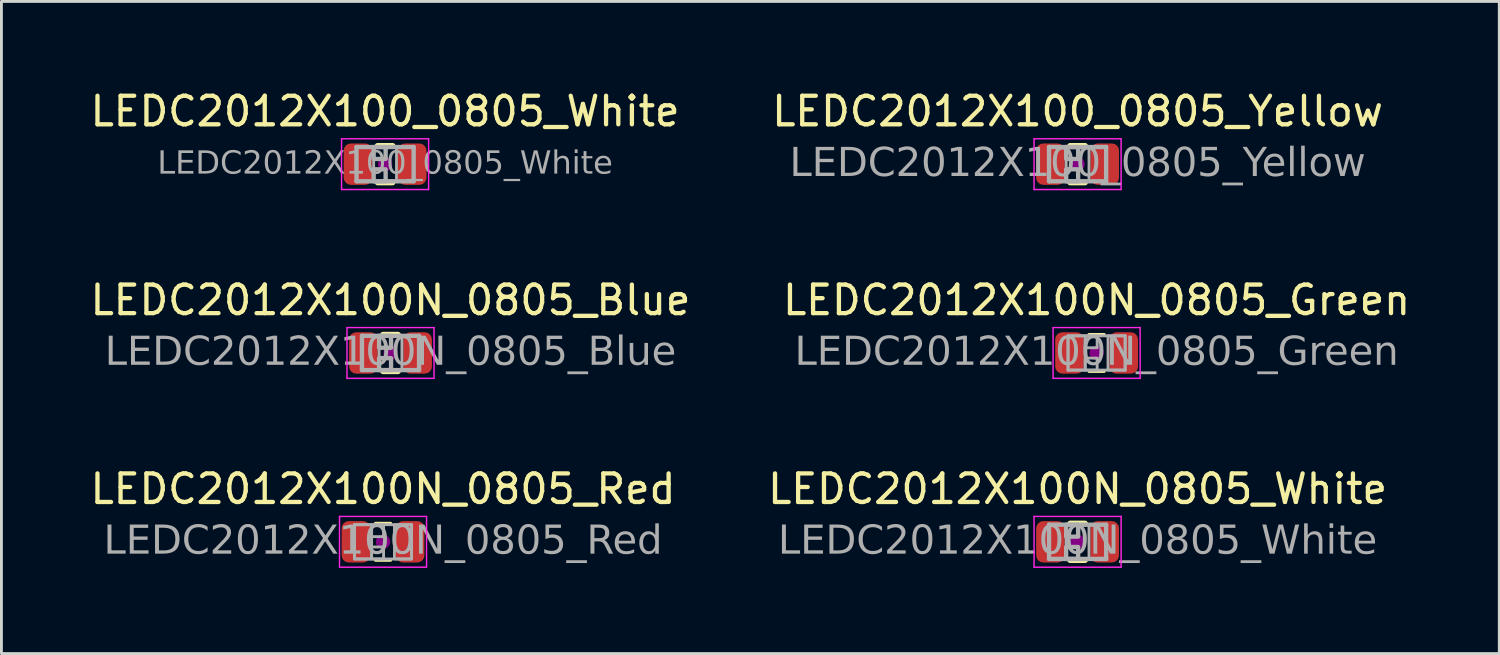
<source format=kicad_pcb>
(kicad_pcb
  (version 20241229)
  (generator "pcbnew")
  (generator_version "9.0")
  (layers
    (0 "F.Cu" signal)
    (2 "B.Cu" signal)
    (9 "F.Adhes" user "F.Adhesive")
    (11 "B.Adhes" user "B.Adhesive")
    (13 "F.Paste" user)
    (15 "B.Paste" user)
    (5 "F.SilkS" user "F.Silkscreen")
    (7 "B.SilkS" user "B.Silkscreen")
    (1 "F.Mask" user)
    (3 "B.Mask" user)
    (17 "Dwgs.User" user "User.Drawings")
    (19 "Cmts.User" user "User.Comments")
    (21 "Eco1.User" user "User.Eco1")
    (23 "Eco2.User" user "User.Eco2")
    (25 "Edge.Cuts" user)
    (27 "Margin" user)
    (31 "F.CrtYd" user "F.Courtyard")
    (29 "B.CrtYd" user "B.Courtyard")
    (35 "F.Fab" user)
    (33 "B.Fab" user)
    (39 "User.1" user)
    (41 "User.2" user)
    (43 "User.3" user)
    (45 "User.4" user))
  (footprint "LEDC2012X100N_0805_White"
    (layer "F.Cu")
    (at 34.685 15.923)
    (property "Reference" "LEDC2012X100N_0805_White" (at 0 -1.85 0) (layer "F.SilkS") (effects (font (size 1 1) (thickness 0.15))))
    (attr smd)
    (fp_line (start -0.261 -0.64) (end 0.261 -0.64) (stroke (width 0.203) (type solid)) (layer "F.SilkS"))
    (fp_line (start -0.261 0.64) (end 0.261 0.64) (stroke (width 0.203) (type solid)) (layer "F.SilkS"))
    (fp_circle (center 0 0) (end 0.25 0) (stroke (width 0) (type solid)) (fill yes) (layer "F.Adhes"))
    (fp_line (start -1.524 -0.889) (end 1.524 -0.889) (stroke (width 0.05) (type solid)) (layer "F.CrtYd"))
    (fp_line (start -1.524 0.889) (end -1.524 -0.889) (stroke (width 0.05) (type solid)) (layer "F.CrtYd"))
    (fp_line (start 1.524 -0.889) (end 1.524 0.889) (stroke (width 0.05) (type solid)) (layer "F.CrtYd"))
    (fp_line (start 1.524 0.889) (end -1.524 0.889) (stroke (width 0.05) (type solid)) (layer "F.CrtYd"))
    (fp_line (start -1 -0.6) (end 1 -0.6) (stroke (width 0.152) (type solid)) (layer "F.Fab"))
    (fp_line (start -1 0.6) (end -1 -0.6) (stroke (width 0.152) (type solid)) (layer "F.Fab"))
    (fp_line (start 1 -0.6) (end 1 0.6) (stroke (width 0.152) (type solid)) (layer "F.Fab"))
    (fp_line (start 1 0.6) (end -1 0.6) (stroke (width 0.152) (type solid)) (layer "F.Fab"))
    (fp_rect (start -1 -0.6) (end -0.4 0.6) (stroke (width 0.1) (type solid)) (fill no) (layer "F.Fab"))
    (fp_rect (start -0.4 -0.6) (end 0.019 -0.181) (stroke (width 0.152) (type solid)) (fill no) (layer "F.Fab"))
    (fp_rect (start -0.4 0.181) (end 0.019 0.6) (stroke (width 0.152) (type solid)) (fill no) (layer "F.Fab"))
    (fp_rect (start 0.4 -0.6) (end 1 0.6) (stroke (width 0.1) (type solid)) (fill no) (layer "F.Fab"))
    (fp_text user "${REFERENCE}" (at 0 0 0) (layer "F.Fab") (effects (font (face "Tahoma") (size 1 1) (thickness 0.15))))
    (pad "A" smd roundrect (at 0.95 0) (size 1 1.45) (layers "F.Cu" "F.Mask" "F.Paste") (roundrect_rratio 0.25))
    (pad "C" smd roundrect (at -0.95 0) (size 1 1.45) (layers "F.Cu" "F.Mask" "F.Paste") (roundrect_rratio 0.25)))
  (footprint "LEDC2012X100_0805_White"
    (layer "F.Cu")
    (at 10.435 2.698)
    (property "Reference" "LEDC2012X100_0805_White" (at 0 -1.85 0) (layer "F.SilkS") (effects (font (size 1 1) (thickness 0.15))))
    (attr smd)
    (fp_line (start -0.261 -0.64) (end 0.261 -0.64) (stroke (width 0.203) (type solid)) (layer "F.SilkS"))
    (fp_line (start -0.261 0.64) (end 0.261 0.64) (stroke (width 0.203) (type solid)) (layer "F.SilkS"))
    (fp_circle (center 0 0) (end 0.25 0) (stroke (width 0) (type solid)) (fill yes) (layer "F.Adhes"))
    (fp_line (start -1.524 -0.889) (end 1.524 -0.889) (stroke (width 0.05) (type solid)) (layer "F.CrtYd"))
    (fp_line (start -1.524 0.889) (end -1.524 -0.889) (stroke (width 0.05) (type solid)) (layer "F.CrtYd"))
    (fp_line (start 1.524 -0.889) (end 1.524 0.889) (stroke (width 0.05) (type solid)) (layer "F.CrtYd"))
    (fp_line (start 1.524 0.889) (end -1.524 0.889) (stroke (width 0.05) (type solid)) (layer "F.CrtYd"))
    (fp_line (start -1 -0.6) (end 1 -0.6) (stroke (width 0.152) (type solid)) (layer "F.Fab"))
    (fp_line (start -1 0.6) (end -1 -0.6) (stroke (width 0.152) (type solid)) (layer "F.Fab"))
    (fp_line (start 1 -0.6) (end 1 0.6) (stroke (width 0.152) (type solid)) (layer "F.Fab"))
    (fp_line (start 1 0.6) (end -1 0.6) (stroke (width 0.152) (type solid)) (layer "F.Fab"))
    (fp_rect (start -1 -0.6) (end -0.4 0.6) (stroke (width 0.1) (type solid)) (fill no) (layer "F.Fab"))
    (fp_rect (start -0.4 -0.6) (end 0.019 -0.181) (stroke (width 0.152) (type solid)) (fill no) (layer "F.Fab"))
    (fp_rect (start -0.4 0.181) (end 0.019 0.6) (stroke (width 0.152) (type solid)) (fill no) (layer "F.Fab"))
    (fp_rect (start 0.4 -0.6) (end 1 0.6) (stroke (width 0.1) (type solid)) (fill no) (layer "F.Fab"))
    (fp_text user "${REFERENCE}" (at 0 0 0) (layer "F.Fab") (effects (font (face "Tahoma") (size 0.8 0.8) (thickness 0.12))))
    (pad "A" smd roundrect (at 0.95 0) (size 1 1.45) (layers "F.Cu" "F.Mask" "F.Paste") (roundrect_rratio 0.25))
    (pad "C" smd roundrect (at -0.95 0) (size 1 1.45) (layers "F.Cu" "F.Mask" "F.Paste") (roundrect_rratio 0.25)))
  (footprint "LEDC2012X100N_0805_Green"
    (layer "F.Cu")
    (at 35.351 9.31)
    (property "Reference" "LEDC2012X100N_0805_Green" (at 0 -1.85 0) (layer "F.SilkS") (effects (font (size 1 1) (thickness 0.15))))
    (attr smd)
    (fp_line (start -0.261 -0.64) (end 0.261 -0.64) (stroke (width 0.12) (type solid)) (layer "F.SilkS"))
    (fp_line (start -0.261 0.64) (end 0.261 0.64) (stroke (width 0.12) (type solid)) (layer "F.SilkS"))
    (fp_circle (center 0 0) (end 0.25 0) (stroke (width 0) (type solid)) (fill yes) (layer "F.Adhes"))
    (fp_line (start -1.524 -0.889) (end 1.524 -0.889) (stroke (width 0.05) (type solid)) (layer "F.CrtYd"))
    (fp_line (start -1.524 0.889) (end -1.524 -0.889) (stroke (width 0.05) (type solid)) (layer "F.CrtYd"))
    (fp_line (start 1.524 -0.889) (end 1.524 0.889) (stroke (width 0.05) (type solid)) (layer "F.CrtYd"))
    (fp_line (start 1.524 0.889) (end -1.524 0.889) (stroke (width 0.05) (type solid)) (layer "F.CrtYd"))
    (fp_line (start -1 -0.6) (end 1 -0.6) (stroke (width 0.1) (type solid)) (layer "F.Fab"))
    (fp_line (start -1 0.6) (end -1 -0.6) (stroke (width 0.1) (type solid)) (layer "F.Fab"))
    (fp_line (start 1 -0.6) (end 1 0.6) (stroke (width 0.1) (type solid)) (layer "F.Fab"))
    (fp_line (start 1 0.6) (end -1 0.6) (stroke (width 0.1) (type solid)) (layer "F.Fab"))
    (fp_rect (start -1 -0.6) (end -0.4 0.6) (stroke (width 0.1) (type solid)) (fill no) (layer "F.Fab"))
    (fp_rect (start -0.4 -0.6) (end 0.019 -0.181) (stroke (width 0.1) (type solid)) (fill no) (layer "F.Fab"))
    (fp_rect (start -0.4 0.181) (end 0.019 0.6) (stroke (width 0.1) (type solid)) (fill no) (layer "F.Fab"))
    (fp_rect (start 0.4 -0.6) (end 1 0.6) (stroke (width 0.1) (type solid)) (fill no) (layer "F.Fab"))
    (fp_text user "${REFERENCE}" (at 0 0 0) (layer "F.Fab") (effects (font (face "Tahoma") (size 1 1) (thickness 0.15))))
    (pad "A" smd roundrect (at 0.95 0) (size 1 1.45) (layers "F.Cu" "F.Mask" "F.Paste") (roundrect_rratio 0.25))
    (pad "C" smd roundrect (at -0.95 0) (size 1 1.45) (layers "F.Cu" "F.Mask" "F.Paste") (roundrect_rratio 0.25)))
  (footprint "LEDC2012X100_0805_Yellow"
    (layer "F.Cu")
    (at 34.685 2.698)
    (property "Reference" "LEDC2012X100_0805_Yellow" (at 0 -1.85 0) (layer "F.SilkS") (effects (font (size 1 1) (thickness 0.15))))
    (attr smd)
    (fp_line (start -0.261 -0.64) (end 0.261 -0.64) (stroke (width 0.203) (type solid)) (layer "F.SilkS"))
    (fp_line (start -0.261 0.64) (end 0.261 0.64) (stroke (width 0.203) (type solid)) (layer "F.SilkS"))
    (fp_circle (center 0 0) (end 0.25 0) (stroke (width 0) (type solid)) (fill yes) (layer "F.Adhes"))
    (fp_line (start -1.524 -0.889) (end 1.524 -0.889) (stroke (width 0.05) (type solid)) (layer "F.CrtYd"))
    (fp_line (start -1.524 0.889) (end -1.524 -0.889) (stroke (width 0.05) (type solid)) (layer "F.CrtYd"))
    (fp_line (start 1.524 -0.889) (end 1.524 0.889) (stroke (width 0.05) (type solid)) (layer "F.CrtYd"))
    (fp_line (start 1.524 0.889) (end -1.524 0.889) (stroke (width 0.05) (type solid)) (layer "F.CrtYd"))
    (fp_line (start -1 -0.6) (end 1 -0.6) (stroke (width 0.152) (type solid)) (layer "F.Fab"))
    (fp_line (start -1 0.6) (end -1 -0.6) (stroke (width 0.152) (type solid)) (layer "F.Fab"))
    (fp_line (start 1 -0.6) (end 1 0.6) (stroke (width 0.152) (type solid)) (layer "F.Fab"))
    (fp_line (start 1 0.6) (end -1 0.6) (stroke (width 0.152) (type solid)) (layer "F.Fab"))
    (fp_rect (start -1 -0.6) (end -0.4 0.6) (stroke (width 0.1) (type solid)) (fill no) (layer "F.Fab"))
    (fp_rect (start -0.4 -0.6) (end 0.019 -0.181) (stroke (width 0.152) (type solid)) (fill no) (layer "F.Fab"))
    (fp_rect (start -0.4 0.181) (end 0.019 0.6) (stroke (width 0.152) (type solid)) (fill no) (layer "F.Fab"))
    (fp_rect (start 0.4 -0.6) (end 1 0.6) (stroke (width 0.1) (type solid)) (fill no) (layer "F.Fab"))
    (fp_text user "${REFERENCE}" (at 0 0 0) (layer "F.Fab") (effects (font (face "Tahoma") (size 1 1) (thickness 0.15))))
    (pad "A" smd roundrect (at 0.95 0) (size 1 1.45) (layers "F.Cu" "F.Mask" "F.Paste") (roundrect_rratio 0.25))
    (pad "C" smd roundrect (at -0.95 0) (size 1 1.45) (layers "F.Cu" "F.Mask" "F.Paste") (roundrect_rratio 0.25)))
  (footprint "LEDC2012X100N_0805_Red"
    (layer "F.Cu")
    (at 10.363 15.923)
    (property "Reference" "LEDC2012X100N_0805_Red" (at 0 -1.85 0) (layer "F.SilkS") (effects (font (size 1 1) (thickness 0.15))))
    (attr smd)
    (fp_line (start -0.261 -0.64) (end 0.261 -0.64) (stroke (width 0.12) (type solid)) (layer "F.SilkS"))
    (fp_line (start -0.261 0.64) (end 0.261 0.64) (stroke (width 0.12) (type solid)) (layer "F.SilkS"))
    (fp_circle (center 0 0) (end 0.25 0) (stroke (width 0) (type solid)) (fill yes) (layer "F.Adhes"))
    (fp_line (start -1.524 -0.889) (end 1.524 -0.889) (stroke (width 0.05) (type solid)) (layer "F.CrtYd"))
    (fp_line (start -1.524 0.889) (end -1.524 -0.889) (stroke (width 0.05) (type solid)) (layer "F.CrtYd"))
    (fp_line (start 1.524 -0.889) (end 1.524 0.889) (stroke (width 0.05) (type solid)) (layer "F.CrtYd"))
    (fp_line (start 1.524 0.889) (end -1.524 0.889) (stroke (width 0.05) (type solid)) (layer "F.CrtYd"))
    (fp_line (start -1 -0.6) (end 1 -0.6) (stroke (width 0.1) (type solid)) (layer "F.Fab"))
    (fp_line (start -1 0.6) (end -1 -0.6) (stroke (width 0.1) (type solid)) (layer "F.Fab"))
    (fp_line (start 1 -0.6) (end 1 0.6) (stroke (width 0.1) (type solid)) (layer "F.Fab"))
    (fp_line (start 1 0.6) (end -1 0.6) (stroke (width 0.1) (type solid)) (layer "F.Fab"))
    (fp_rect (start -1 -0.6) (end -0.4 0.6) (stroke (width 0.1) (type solid)) (fill no) (layer "F.Fab"))
    (fp_rect (start -0.4 -0.6) (end 0.019 -0.181) (stroke (width 0.1) (type solid)) (fill no) (layer "F.Fab"))
    (fp_rect (start -0.4 0.181) (end 0.019 0.6) (stroke (width 0.1) (type solid)) (fill no) (layer "F.Fab"))
    (fp_rect (start 0.4 -0.6) (end 1 0.6) (stroke (width 0.1) (type solid)) (fill no) (layer "F.Fab"))
    (fp_text user "${REFERENCE}" (at 0 0 0) (layer "F.Fab") (effects (font (face "Tahoma") (size 1 1) (thickness 0.15))))
    (pad "A" smd roundrect (at 0.95 0) (size 1 1.45) (layers "F.Cu" "F.Mask" "F.Paste") (roundrect_rratio 0.25))
    (pad "C" smd roundrect (at -0.95 0) (size 1 1.45) (layers "F.Cu" "F.Mask" "F.Paste") (roundrect_rratio 0.25)))
  (footprint "LEDC2012X100N_0805_Blue"
    (layer "F.Cu")
    (at 10.625 9.31)
    (property "Reference" "LEDC2012X100N_0805_Blue" (at 0 -1.85 0) (layer "F.SilkS") (effects (font (size 1 1) (thickness 0.15))))
    (attr smd)
    (fp_line (start -0.261 -0.64) (end 0.261 -0.64) (stroke (width 0.203) (type solid)) (layer "F.SilkS"))
    (fp_line (start -0.261 0.64) (end 0.261 0.64) (stroke (width 0.203) (type solid)) (layer "F.SilkS"))
    (fp_circle (center 0 0) (end 0.25 0) (stroke (width 0) (type solid)) (fill yes) (layer "F.Adhes"))
    (fp_line (start -1.524 -0.889) (end 1.524 -0.889) (stroke (width 0.05) (type solid)) (layer "F.CrtYd"))
    (fp_line (start -1.524 0.889) (end -1.524 -0.889) (stroke (width 0.05) (type solid)) (layer "F.CrtYd"))
    (fp_line (start 1.524 -0.889) (end 1.524 0.889) (stroke (width 0.05) (type solid)) (layer "F.CrtYd"))
    (fp_line (start 1.524 0.889) (end -1.524 0.889) (stroke (width 0.05) (type solid)) (layer "F.CrtYd"))
    (fp_line (start -1 -0.6) (end 1 -0.6) (stroke (width 0.152) (type solid)) (layer "F.Fab"))
    (fp_line (start -1 0.6) (end -1 -0.6) (stroke (width 0.152) (type solid)) (layer "F.Fab"))
    (fp_line (start 1 -0.6) (end 1 0.6) (stroke (width 0.152) (type solid)) (layer "F.Fab"))
    (fp_line (start 1 0.6) (end -1 0.6) (stroke (width 0.152) (type solid)) (layer "F.Fab"))
    (fp_rect (start -1 -0.6) (end -0.4 0.6) (stroke (width 0.1) (type solid)) (fill no) (layer "F.Fab"))
    (fp_rect (start -0.4 -0.6) (end 0.019 -0.181) (stroke (width 0.152) (type solid)) (fill no) (layer "F.Fab"))
    (fp_rect (start -0.4 0.181) (end 0.019 0.6) (stroke (width 0.152) (type solid)) (fill no) (layer "F.Fab"))
    (fp_rect (start 0.4 -0.6) (end 1 0.6) (stroke (width 0.1) (type solid)) (fill no) (layer "F.Fab"))
    (fp_text user "${REFERENCE}" (at 0 0 0) (layer "F.Fab") (effects (font (face "Tahoma") (size 1 1) (thickness 0.15))))
    (pad "A" smd roundrect (at 0.95 0) (size 1 1.45) (layers "F.Cu" "F.Mask" "F.Paste") (roundrect_rratio 0.25))
    (pad "C" smd roundrect (at -0.95 0) (size 1 1.45) (layers "F.Cu" "F.Mask" "F.Paste") (roundrect_rratio 0.25)))
  (gr_rect
    (start -3 -3)
    (end 49.452 19.837)
    (stroke (width 0.1) (type default))
    (fill no)
    (layer "Edge.Cuts")))
</source>
